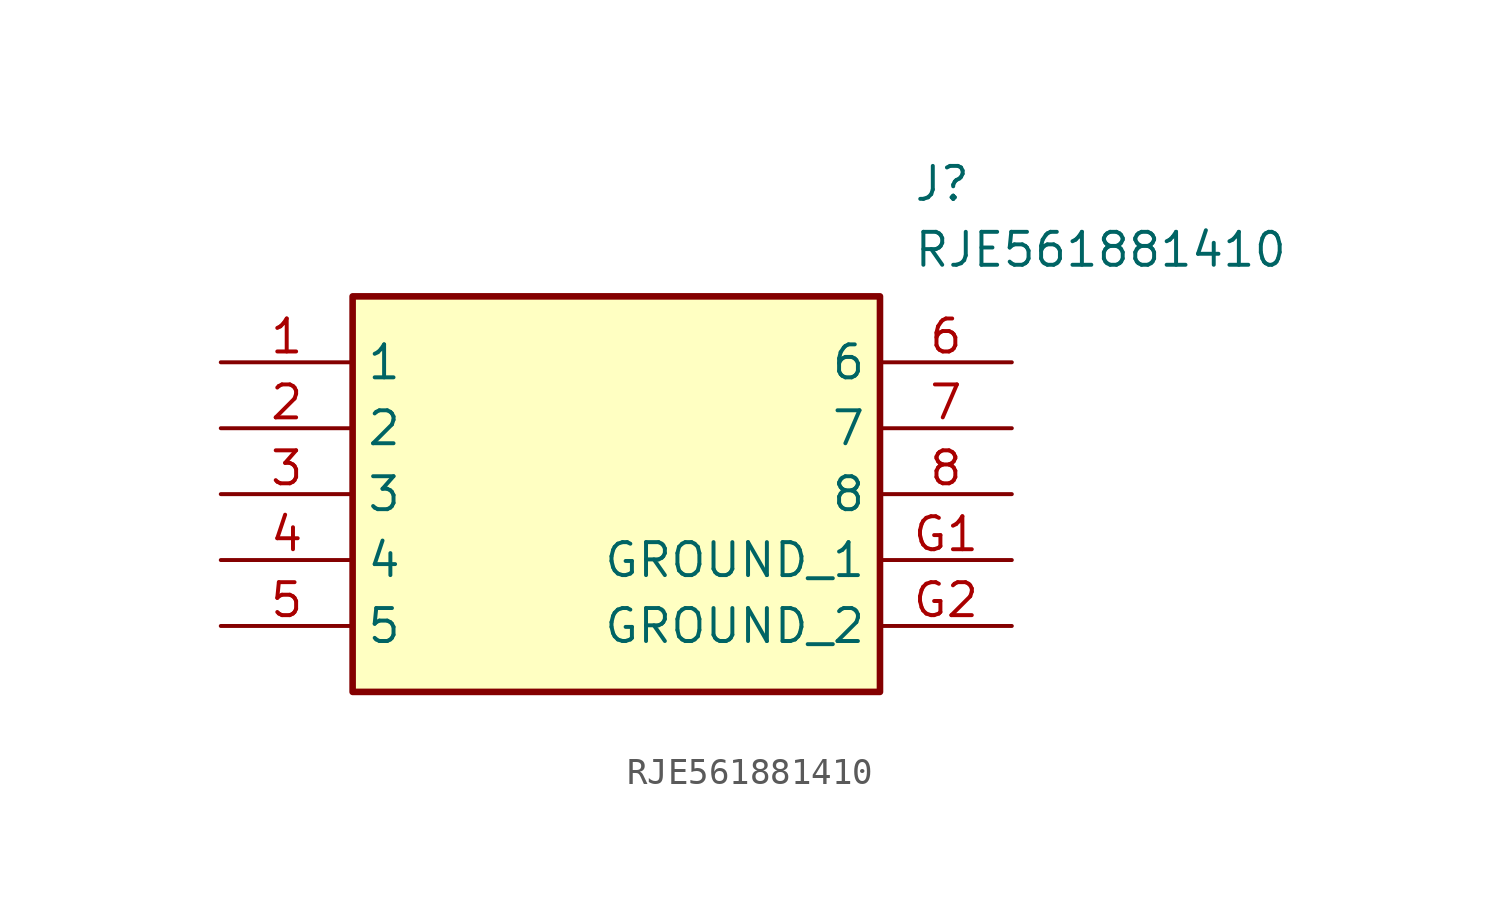
<source format=kicad_sym>
(kicad_symbol_lib
  (version 20211014)
  (generator SamacSys_ECAD_Model)
  (symbol "RJE561881410"
    (property "Reference" "J"
      (at 26.67 7.62 0)
      (effects (font (size 1.27 1.27)) (justify left top)))
    (property "Value" "RJE561881410"
      (at 26.67 5.08 0)
      (effects (font (size 1.27 1.27)) (justify left top)))
    (rectangle
      (start 5.08 2.54)
      (end 25.4 -12.7)
      (stroke (width 0.254) (type default))
      (fill (type background)))
    (pin passive line
      (at 0 0 0)
      (length 5.08)
      (name "1" (effects (font (size 1.27 1.27))))
      (number "1" (effects (font (size 1.27 1.27)))))
    (pin passive line
      (at 0 -2.54 0)
      (length 5.08)
      (name "2" (effects (font (size 1.27 1.27))))
      (number "2" (effects (font (size 1.27 1.27)))))
    (pin passive line
      (at 0 -5.08 0)
      (length 5.08)
      (name "3" (effects (font (size 1.27 1.27))))
      (number "3" (effects (font (size 1.27 1.27)))))
    (pin passive line
      (at 0 -7.62 0)
      (length 5.08)
      (name "4" (effects (font (size 1.27 1.27))))
      (number "4" (effects (font (size 1.27 1.27)))))
    (pin passive line
      (at 0 -10.16 0)
      (length 5.08)
      (name "5" (effects (font (size 1.27 1.27))))
      (number "5" (effects (font (size 1.27 1.27)))))
    (pin passive line
      (at 30.48 0 180)
      (length 5.08)
      (name "6" (effects (font (size 1.27 1.27))))
      (number "6" (effects (font (size 1.27 1.27)))))
    (pin passive line
      (at 30.48 -2.54 180)
      (length 5.08)
      (name "7" (effects (font (size 1.27 1.27))))
      (number "7" (effects (font (size 1.27 1.27)))))
    (pin passive line
      (at 30.48 -5.08 180)
      (length 5.08)
      (name "8" (effects (font (size 1.27 1.27))))
      (number "8" (effects (font (size 1.27 1.27)))))
    (pin passive line
      (at 30.48 -7.62 180)
      (length 5.08)
      (name "GROUND_1" (effects (font (size 1.27 1.27))))
      (number "G1" (effects (font (size 1.27 1.27)))))
    (pin passive line
      (at 30.48 -10.16 180)
      (length 5.08)
      (name "GROUND_2" (effects (font (size 1.27 1.27))))
      (number "G2" (effects (font (size 1.27 1.27)))))))
</source>
